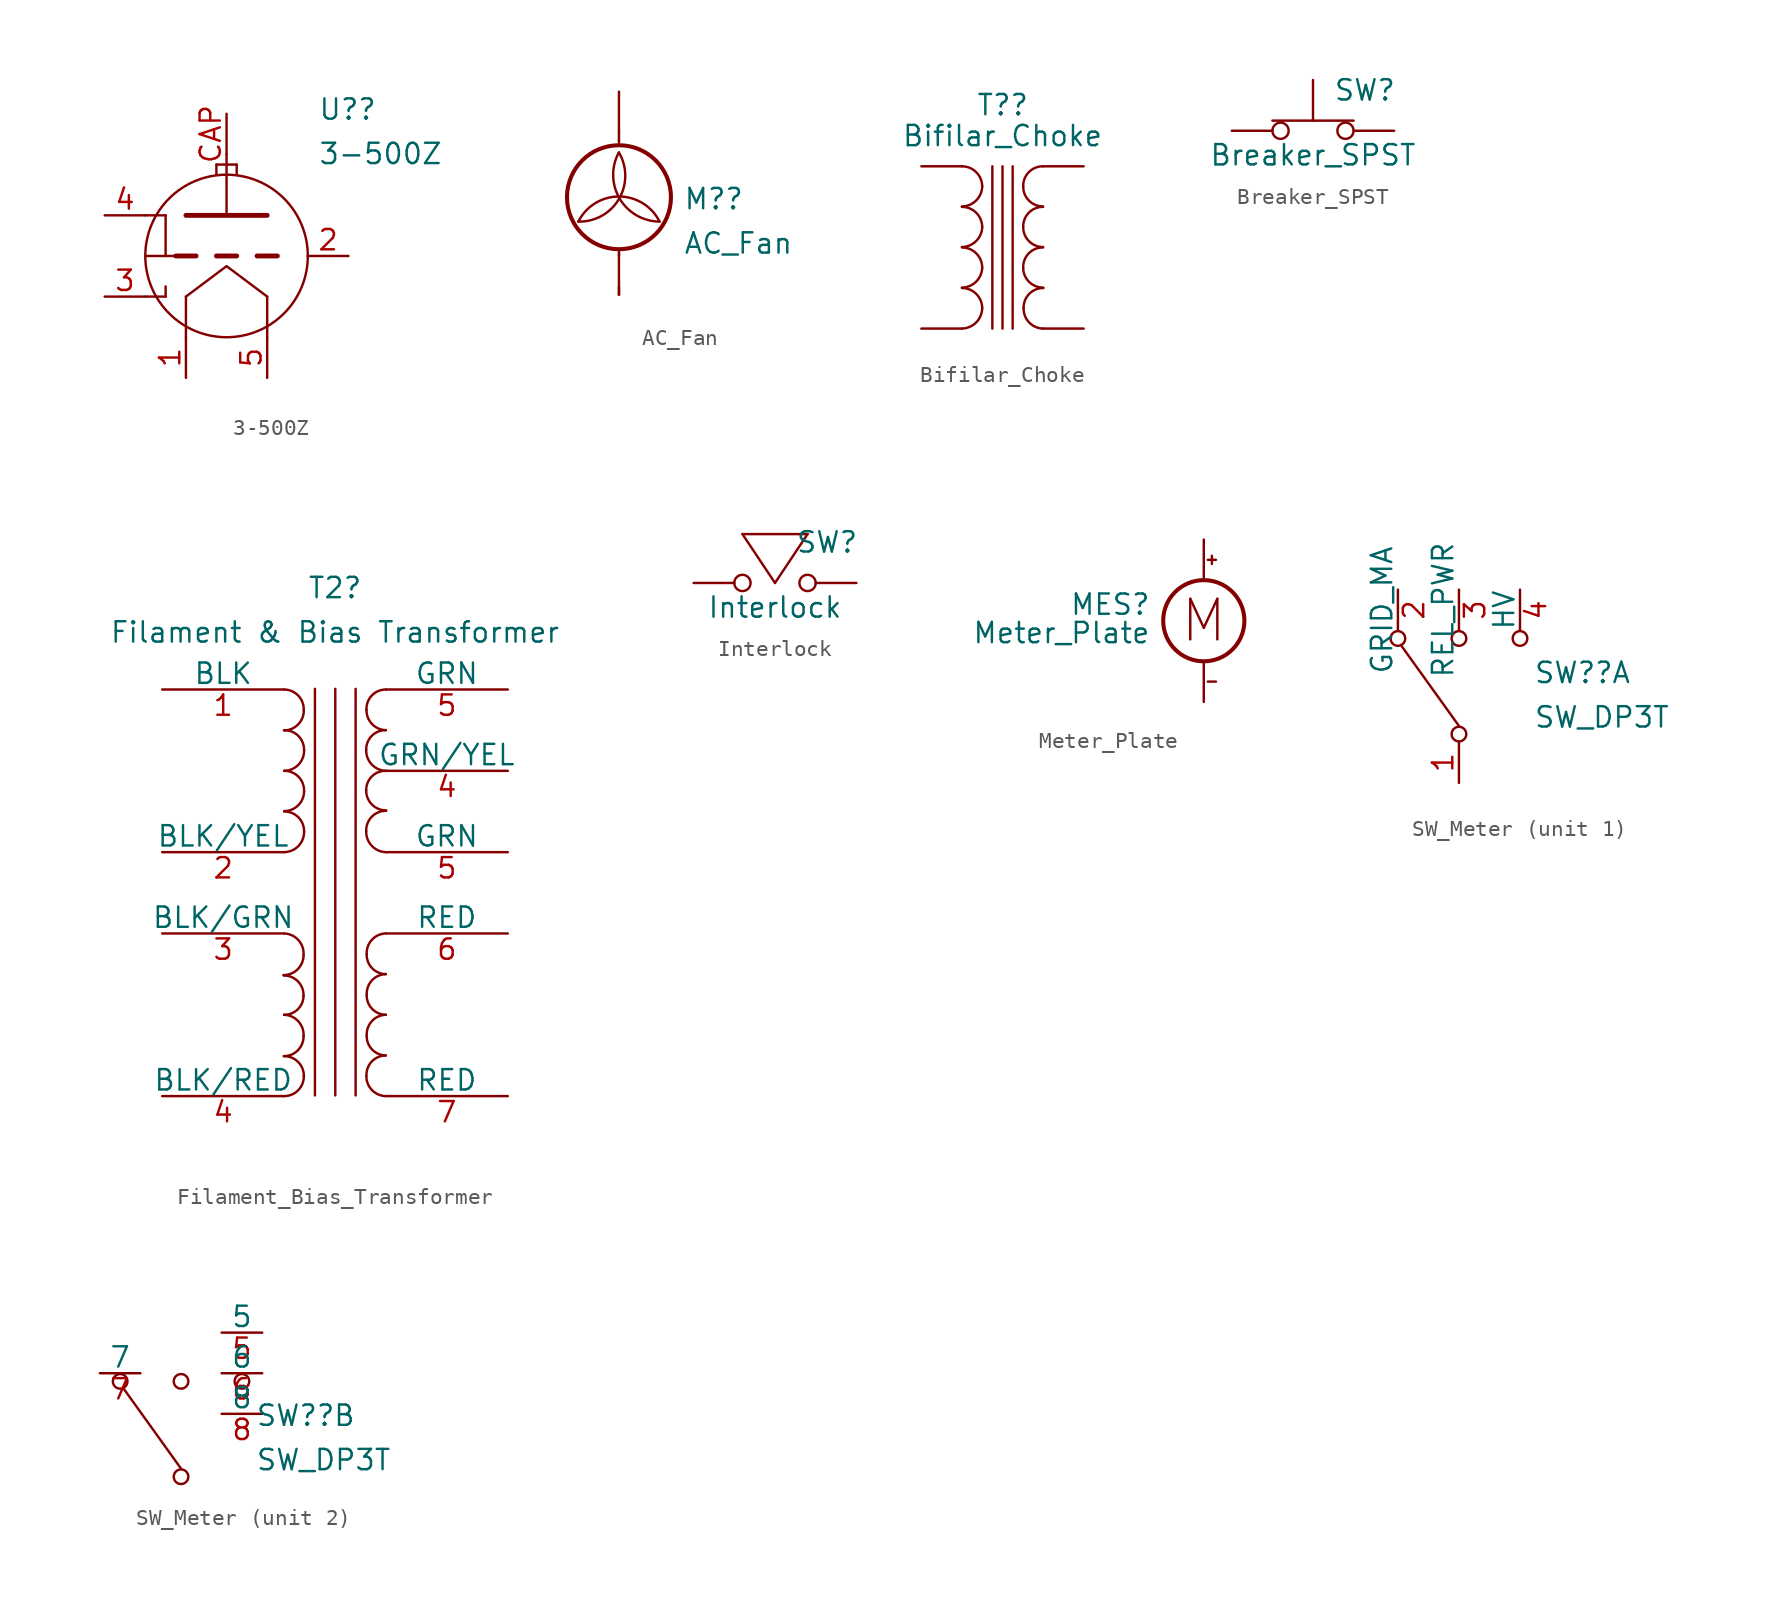
<source format=kicad_sym>
(kicad_symbol_lib
  (version 20211014)
  (generator kicad_symbol_editor)
  (symbol "3-500Z"
    (pin_names
      (offset 0))
    (property "Reference" "U?"
      (at 5.715 9.164 0)
      (effects (font (size 1.27 1.27)) (justify left)))
    (property "Value" "3-500Z"
      (at 5.715 6.388 0)
      (effects (font (size 1.27 1.27)) (justify left)))
    (symbol "3-500Z_0_1"
      (arc (start -5.08 0) (mid 0 -5.08) (end 5.08 0) (stroke (width 0) (type default) (color 0 0 0 0)) (fill (type none)))
      (arc (start 5.08 0) (mid 0 5.08) (end -5.08 0) (stroke (width 0) (type default) (color 0 0 0 0)) (fill (type none))))
    (symbol "3-500Z_1_0"
      (polyline (pts (xy -5.08 -2.54) (xy -3.81 -2.54)) (stroke (width 0) (type default) (color 0 0 0 0)) (fill (type none)))
      (polyline (pts (xy -5.08 2.54) (xy -3.81 2.54)) (stroke (width 0) (type default) (color 0 0 0 0)) (fill (type none)))
      (polyline (pts (xy -3.81 -2.54) (xy -3.81 -1.905)) (stroke (width 0) (type default) (color 0 0 0 0)) (fill (type none)))
      (polyline (pts (xy -3.81 2.54) (xy -3.81 0)) (stroke (width 0) (type default) (color 0 0 0 0)) (fill (type none)))
      (polyline (pts (xy -2.54 -2.54) (xy -2.54 -5.08)) (stroke (width 0) (type default) (color 0 0 0 0)) (fill (type none)))
      (polyline (pts (xy -1.905 0) (xy -3.175 0)) (stroke (width 0.305) (type default) (color 0 0 0 0)) (fill (type none)))
      (polyline (pts (xy -0.635 0) (xy 0.635 0)) (stroke (width 0.305) (type default) (color 0 0 0 0)) (fill (type none)))
      (polyline (pts (xy -0.635 5.715) (xy -0.635 5.08)) (stroke (width 0) (type default) (color 0 0 0 0)) (fill (type none)))
      (polyline (pts (xy 0 2.54) (xy 0 6.35)) (stroke (width 0) (type default) (color 0 0 0 0)) (fill (type none)))
      (polyline (pts (xy 0.635 5.715) (xy -0.635 5.715)) (stroke (width 0) (type default) (color 0 0 0 0)) (fill (type none)))
      (polyline (pts (xy 0.635 5.715) (xy 0.635 5.08)) (stroke (width 0) (type default) (color 0 0 0 0)) (fill (type none)))
      (polyline (pts (xy 1.905 0) (xy 3.175 0)) (stroke (width 0.305) (type default) (color 0 0 0 0)) (fill (type none)))
      (polyline (pts (xy 2.54 -2.54) (xy 2.54 -5.08)) (stroke (width 0) (type default) (color 0 0 0 0)) (fill (type none))))
    (symbol "3-500Z_1_1"
      (polyline (pts (xy -5.08 0) (xy -3.175 0)) (stroke (width 0) (type default) (color 0 0 0 0)) (fill (type none)))
      (polyline (pts (xy -2.54 2.54) (xy 2.54 2.54) (xy 2.54 2.54)) (stroke (width 0.305) (type default) (color 0 0 0 0)) (fill (type none)))
      (polyline (pts (xy 2.54 -2.54) (xy 0 -0.635) (xy -2.54 -2.54)) (stroke (width 0.152) (type default) (color 0 0 0 0)) (fill (type none)))
      (pin bidirectional line (at -2.54 -7.62 90) (length 2.54) (name "" (effects (font (size 1.27 1.27)))) (number "1" (effects (font (size 1.27 1.27)))))
      (pin output line (at 7.62 0 180) (length 2.54) (name "" (effects (font (size 1.27 1.27)))) (number "2" (effects (font (size 1.27 1.27)))))
      (pin input line (at -7.62 -2.54 0) (length 2.54) (name "" (effects (font (size 1.27 1.27)))) (number "3" (effects (font (size 1.27 1.27)))))
      (pin input line (at -7.62 2.54 0) (length 2.54) (name "" (effects (font (size 1.27 1.27)))) (number "4" (effects (font (size 1.27 1.27)))))
      (pin bidirectional line (at 2.54 -7.62 90) (length 2.54) (name "" (effects (font (size 1.27 1.27)))) (number "5" (effects (font (size 1.27 1.27)))))
      (pin output line (at 0 8.89 270) (length 2.54) (name "" (effects (font (size 1.27 1.27)))) (number "CAP" (effects (font (size 1.27 1.27)))))))
  (symbol "AC_Fan"
    (pin_numbers hide)
    (pin_names
      (offset 0) hide)
    (property "Reference" "M?"
      (at 4.013 0.908 0)
      (effects (font (size 1.27 1.27)) (justify left)))
    (property "Value" "AC_Fan"
      (at 4.013 -1.867 0)
      (effects (font (size 1.27 1.27)) (justify left)))
    (symbol "AC_Fan_0_1"
      (arc (start -2.54 -0.508) (mid -0.0014 0.9048) (end 0 3.81) (stroke (width 0) (type default) (color 0 0 0 0)) (fill (type none)))
      (polyline (pts (xy 0 -5.08) (xy 0 -4.572)) (stroke (width 0) (type default) (color 0 0 0 0)) (fill (type none)))
      (polyline (pts (xy 0 -2.235) (xy 0 -2.642)) (stroke (width 0) (type default) (color 0 0 0 0)) (fill (type none)))
      (polyline (pts (xy 0 4.267) (xy 0 4.623)) (stroke (width 0) (type default) (color 0 0 0 0)) (fill (type none)))
      (polyline (pts (xy 0 4.572) (xy 0 5.08)) (stroke (width 0) (type default) (color 0 0 0 0)) (fill (type none)))
      (circle (center 0 1.016) (radius 3.251) (stroke (width 0.254) (type default) (color 0 0 0 0)) (fill (type none)))
      (arc (start 0 3.81) (mid 0.0468 0.9315) (end 2.54 -0.508) (stroke (width 0) (type default) (color 0 0 0 0)) (fill (type none)))
      (arc (start 2.54 -0.508) (mid 0 1.0618) (end -2.54 -0.508) (stroke (width 0) (type default) (color 0 0 0 0)) (fill (type none))))
    (symbol "AC_Fan_1_1"
      (pin passive line (at 0 7.62 270) (length 2.54) (name "+" (effects (font (size 1.27 1.27)))) (number "1" (effects (font (size 1.27 1.27)))))
      (pin passive line (at 0 -5.08 90) (length 2.54) (name "-" (effects (font (size 1.27 1.27)))) (number "2" (effects (font (size 1.27 1.27)))))))
  (symbol "Bifilar_Choke"
    (pin_numbers hide)
    (pin_names
      (offset 1.016) hide)
    (property "Reference" "T?"
      (at 0.013 8.92 0)
      (effects (font (size 1.27 1.27))))
    (property "Value" "Bifilar_Choke"
      (at 0 6.985 0)
      (effects (font (size 1.27 1.27))))
    (symbol "Bifilar_Choke_0_1"
      (arc (start -2.54 -5.08) (mid -1.6511 -4.6989) (end -1.27 -3.81) (stroke (width 0) (type default) (color 0 0 0 0)) (fill (type none)))
      (arc (start -2.54 -2.5146) (mid -1.6561 -2.1463) (end -1.27 -1.27) (stroke (width 0) (type default) (color 0 0 0 0)) (fill (type none)))
      (arc (start -2.54 0.0254) (mid -1.6561 0.3937) (end -1.27 1.27) (stroke (width 0) (type default) (color 0 0 0 0)) (fill (type none)))
      (arc (start -2.54 2.5654) (mid -1.6561 2.9337) (end -1.27 3.81) (stroke (width 0) (type default) (color 0 0 0 0)) (fill (type none)))
      (arc (start -1.27 -3.81) (mid -1.642 -2.912) (end -2.54 -2.54) (stroke (width 0) (type default) (color 0 0 0 0)) (fill (type none)))
      (arc (start -1.27 -1.27) (mid -1.642 -0.372) (end -2.54 0) (stroke (width 0) (type default) (color 0 0 0 0)) (fill (type none)))
      (arc (start -1.27 1.27) (mid -1.642 2.168) (end -2.54 2.54) (stroke (width 0) (type default) (color 0 0 0 0)) (fill (type none)))
      (arc (start -1.27 3.81) (mid -1.642 4.708) (end -2.54 5.08) (stroke (width 0) (type default) (color 0 0 0 0)) (fill (type none)))
      (polyline (pts (xy -0.635 5.08) (xy -0.635 -5.08)) (stroke (width 0) (type default) (color 0 0 0 0)) (fill (type none)))
      (polyline (pts (xy 0 -5.08) (xy 0 5.08)) (stroke (width 0) (type default) (color 0 0 0 0)) (fill (type none)))
      (polyline (pts (xy 0.635 -5.08) (xy 0.635 5.08)) (stroke (width 0) (type default) (color 0 0 0 0)) (fill (type none)))
      (arc (start 1.2954 -1.27) (mid 1.6599 -2.1501) (end 2.54 -2.5146) (stroke (width 0) (type default) (color 0 0 0 0)) (fill (type none)))
      (arc (start 1.2954 1.27) (mid 1.6599 0.3899) (end 2.54 0.0254) (stroke (width 0) (type default) (color 0 0 0 0)) (fill (type none)))
      (arc (start 1.2954 3.81) (mid 1.6599 2.9299) (end 2.54 2.5654) (stroke (width 0) (type default) (color 0 0 0 0)) (fill (type none)))
      (arc (start 1.3208 -3.81) (mid 1.6677 -4.6972) (end 2.54 -5.08) (stroke (width 0) (type default) (color 0 0 0 0)) (fill (type none)))
      (arc (start 2.54 0) (mid 1.6456 -0.3683) (end 1.2954 -1.27) (stroke (width 0) (type default) (color 0 0 0 0)) (fill (type none)))
      (arc (start 2.54 2.54) (mid 1.6456 2.1717) (end 1.2954 1.27) (stroke (width 0) (type default) (color 0 0 0 0)) (fill (type none)))
      (arc (start 2.54 5.08) (mid 1.6456 4.7117) (end 1.2954 3.81) (stroke (width 0) (type default) (color 0 0 0 0)) (fill (type none)))
      (arc (start 2.5654 -2.54) (mid 1.671 -2.9083) (end 1.3208 -3.81) (stroke (width 0) (type default) (color 0 0 0 0)) (fill (type none))))
    (symbol "Bifilar_Choke_1_1"
      (pin bidirectional line (at -5.08 5.08 0) (length 2.54) (name "" (effects (font (size 1.27 1.27)))) (number "1" (effects (font (size 1.27 1.27)))))
      (pin bidirectional line (at -5.08 -5.08 0) (length 2.54) (name "" (effects (font (size 1.27 1.27)))) (number "2" (effects (font (size 1.27 1.27)))))
      (pin bidirectional line (at 5.08 5.08 180) (length 2.54) (name "" (effects (font (size 1.27 1.27)))) (number "3" (effects (font (size 1.27 1.27)))))
      (pin bidirectional line (at 5.08 -5.08 180) (length 2.54) (name "" (effects (font (size 1.27 1.27)))) (number "4" (effects (font (size 1.27 1.27)))))))
  (symbol "Breaker_SPST"
    (pin_numbers hide)
    (pin_names
      (offset 1.016) hide)
    (property "Reference" "SW"
      (at 1.27 2.54 0)
      (effects (font (size 1.27 1.27)) (justify left)))
    (property "Value" "Breaker_SPST"
      (at 0 -1.524 0)
      (effects (font (size 1.27 1.27))))
    (symbol "Breaker_SPST_0_1"
      (circle (center -2.032 0) (radius 0.508) (stroke (width 0) (type default) (color 0 0 0 0)) (fill (type none)))
      (polyline (pts (xy 0 0.635) (xy 0 3.175)) (stroke (width 0) (type default) (color 0 0 0 0)) (fill (type none)))
      (polyline (pts (xy 2.54 0.635) (xy -2.54 0.635)) (stroke (width 0) (type default) (color 0 0 0 0)) (fill (type none)))
      (circle (center 2.032 0) (radius 0.508) (stroke (width 0) (type default) (color 0 0 0 0)) (fill (type none)))
      (pin passive line (at -5.08 0 0) (length 2.54) (name "1" (effects (font (size 1.27 1.27)))) (number "1" (effects (font (size 1.27 1.27)))))
      (pin passive line (at 5.08 0 180) (length 2.54) (name "2" (effects (font (size 1.27 1.27)))) (number "2" (effects (font (size 1.27 1.27)))))))
  (symbol "Filament_Bias_Transformer"
    (pin_names
      (offset 0))
    (property "Reference" "T2"
      (at 0 18.415 0)
      (effects (font (size 1.27 1.27))))
    (property "Value" "Filament & Bias Transformer"
      (at 0 15.64 0)
      (effects (font (size 1.27 1.27))))
    (symbol "Filament_Bias_Transformer_0_1"
      (arc (start -3.21 -5.7742) (mid -2.3299 -5.4097) (end -1.9654 -4.5296) (stroke (width 0) (type default) (color 0 0 0 0)) (fill (type none)))
      (arc (start -3.1925 -10.8373) (mid -2.3247 -10.4776) (end -1.9654 -9.6096) (stroke (width 0) (type default) (color 0 0 0 0)) (fill (type none)))
      (arc (start -3.1925 9.5081) (mid -2.3124 9.8726) (end -1.9479 10.7527) (stroke (width 0) (type default) (color 0 0 0 0)) (fill (type none)))
      (arc (start -3.175 -13.335) (mid -2.3072 -12.9753) (end -1.9479 -12.1073) (stroke (width 0) (type default) (color 0 0 0 0)) (fill (type none)))
      (arc (start -3.175 -8.255) (mid -2.3249 -7.9126) (end -1.9654 -7.0696) (stroke (width 0) (type default) (color 0 0 0 0)) (fill (type none)))
      (arc (start -3.175 1.905) (mid -2.2899 2.2824) (end -1.9304 3.175) (stroke (width 0) (type default) (color 0 0 0 0)) (fill (type none)))
      (arc (start -3.175 4.4704) (mid -2.2949 4.8349) (end -1.9304 5.715) (stroke (width 0) (type default) (color 0 0 0 0)) (fill (type none)))
      (arc (start -3.175 6.985) (mid -2.2899 7.3625) (end -1.9304 8.255) (stroke (width 0) (type default) (color 0 0 0 0)) (fill (type none)))
      (arc (start -1.9654 -9.6096) (mid -2.2802 -8.6734) (end -3.175 -8.255) (stroke (width 0) (type default) (color 0 0 0 0)) (fill (type none)))
      (arc (start -1.9654 -7.0696) (mid -2.3156 -6.1679) (end -3.21 -5.7996) (stroke (width 0) (type default) (color 0 0 0 0)) (fill (type none)))
      (arc (start -1.9654 -4.5296) (mid -2.2806 -3.5937) (end -3.175 -3.175) (stroke (width 0) (type default) (color 0 0 0 0)) (fill (type none)))
      (arc (start -1.9479 -12.1073) (mid -2.2993 -11.2068) (end -3.1925 -10.8373) (stroke (width 0) (type default) (color 0 0 0 0)) (fill (type none)))
      (arc (start -1.9479 10.7527) (mid -2.2806 11.6715) (end -3.175 12.065) (stroke (width 0) (type default) (color 0 0 0 0)) (fill (type none)))
      (arc (start -1.9304 3.175) (mid -2.2806 4.0767) (end -3.175 4.445) (stroke (width 0) (type default) (color 0 0 0 0)) (fill (type none)))
      (arc (start -1.9304 5.715) (mid -2.2811 6.6162) (end -3.175 6.985) (stroke (width 0) (type default) (color 0 0 0 0)) (fill (type none)))
      (arc (start -1.9304 8.255) (mid -2.2818 9.1555) (end -3.175 9.525) (stroke (width 0) (type default) (color 0 0 0 0)) (fill (type none)))
      (polyline (pts (xy -1.252 -13.293) (xy -1.252 12.107)) (stroke (width 0) (type default) (color 0 0 0 0)) (fill (type none)))
      (polyline (pts (xy 0.018 12.107) (xy 0.018 -13.293)) (stroke (width 0) (type default) (color 0 0 0 0)) (fill (type none)))
      (polyline (pts (xy 1.288 12.107) (xy 1.288 -13.293)) (stroke (width 0) (type default) (color 0 0 0 0)) (fill (type none)))
      (arc (start 1.9479 3.2173) (mid 2.2903 2.3076) (end 3.175 1.905) (stroke (width 0) (type default) (color 0 0 0 0)) (fill (type none)))
      (arc (start 1.9479 5.7573) (mid 2.3124 4.8772) (end 3.1925 4.5127) (stroke (width 0) (type default) (color 0 0 0 0)) (fill (type none)))
      (arc (start 1.9479 8.2973) (mid 2.2903 7.3876) (end 3.175 6.985) (stroke (width 0) (type default) (color 0 0 0 0)) (fill (type none)))
      (arc (start 1.9654 -12.065) (mid 2.3075 -12.9502) (end 3.175 -13.335) (stroke (width 0) (type default) (color 0 0 0 0)) (fill (type none)))
      (arc (start 1.9654 10.795) (mid 2.3074 9.9097) (end 3.175 9.525) (stroke (width 0) (type default) (color 0 0 0 0)) (fill (type none)))
      (arc (start 1.9829 -9.5673) (mid 2.3247 -10.428) (end 3.175 -10.795) (stroke (width 0) (type default) (color 0 0 0 0)) (fill (type none)))
      (arc (start 1.9829 -7.0273) (mid 2.3249 -7.8878) (end 3.175 -8.255) (stroke (width 0) (type default) (color 0 0 0 0)) (fill (type none)))
      (arc (start 1.9829 -4.4873) (mid 2.3247 -5.348) (end 3.175 -5.715) (stroke (width 0) (type default) (color 0 0 0 0)) (fill (type none)))
      (arc (start 3.175 -10.795) (mid 2.2996 -11.1723) (end 1.9654 -12.065) (stroke (width 0) (type default) (color 0 0 0 0)) (fill (type none)))
      (arc (start 3.175 -8.255) (mid 2.2981 -8.656) (end 1.9829 -9.5673) (stroke (width 0) (type default) (color 0 0 0 0)) (fill (type none)))
      (arc (start 3.175 -5.715) (mid 2.2978 -6.1157) (end 1.9829 -7.0273) (stroke (width 0) (type default) (color 0 0 0 0)) (fill (type none)))
      (arc (start 3.175 -3.175) (mid 2.2985 -3.5764) (end 1.9829 -4.4873) (stroke (width 0) (type default) (color 0 0 0 0)) (fill (type none)))
      (arc (start 3.175 6.985) (mid 2.2993 6.6331) (end 1.9479 5.7573) (stroke (width 0) (type default) (color 0 0 0 0)) (fill (type none)))
      (arc (start 3.175 9.525) (mid 2.2999 9.1726) (end 1.9479 8.2973) (stroke (width 0) (type default) (color 0 0 0 0)) (fill (type none)))
      (arc (start 3.175 12.065) (mid 2.2988 11.6885) (end 1.9654 10.795) (stroke (width 0) (type default) (color 0 0 0 0)) (fill (type none)))
      (arc (start 3.1925 4.4873) (mid 2.2981 4.119) (end 1.9479 3.2173) (stroke (width 0) (type default) (color 0 0 0 0)) (fill (type none))))
    (symbol "Filament_Bias_Transformer_1_1"
      (pin passive line (at -10.795 12.065 0) (length 7.62) (name "BLK" (effects (font (size 1.27 1.27)))) (number "1" (effects (font (size 1.27 1.27)))))
      (pin passive line (at -10.795 1.905 0) (length 7.62) (name "BLK/YEL" (effects (font (size 1.27 1.27)))) (number "2" (effects (font (size 1.27 1.27)))))
      (pin passive line (at -10.795 -3.175 0) (length 7.62) (name "BLK/GRN" (effects (font (size 1.27 1.27)))) (number "3" (effects (font (size 1.27 1.27)))))
      (pin passive line (at -10.795 -13.335 0) (length 7.62) (name "BLK/RED" (effects (font (size 1.27 1.27)))) (number "4" (effects (font (size 1.27 1.27)))))
      (pin passive line (at 10.795 6.985 180) (length 7.62) (name "GRN/YEL" (effects (font (size 1.27 1.27)))) (number "4" (effects (font (size 1.27 1.27)))))
      (pin passive line (at 10.795 1.905 180) (length 7.62) (name "GRN" (effects (font (size 1.27 1.27)))) (number "5" (effects (font (size 1.27 1.27)))))
      (pin passive line (at 10.795 12.065 180) (length 7.62) (name "GRN" (effects (font (size 1.27 1.27)))) (number "5" (effects (font (size 1.27 1.27)))))
      (pin passive line (at 10.795 -3.175 180) (length 7.62) (name "RED" (effects (font (size 1.27 1.27)))) (number "6" (effects (font (size 1.27 1.27)))))
      (pin passive line (at 10.795 -13.335 180) (length 7.62) (name "RED" (effects (font (size 1.27 1.27)))) (number "7" (effects (font (size 1.27 1.27)))))))
  (symbol "Interlock"
    (pin_numbers hide)
    (pin_names
      (offset 1.016) hide)
    (property "Reference" "SW"
      (at 1.27 2.54 0)
      (effects (font (size 1.27 1.27)) (justify left)))
    (property "Value" "Interlock"
      (at 0 -1.524 0)
      (effects (font (size 1.27 1.27))))
    (symbol "Interlock_0_1"
      (circle (center -2.032 0) (radius 0.508) (stroke (width 0) (type default) (color 0 0 0 0)) (fill (type none)))
      (polyline (pts (xy 0 0) (xy -2.032 3.048)) (stroke (width 0) (type default) (color 0 0 0 0)) (fill (type none)))
      (polyline (pts (xy 0 0) (xy 2.032 3.048)) (stroke (width 0) (type default) (color 0 0 0 0)) (fill (type none)))
      (polyline (pts (xy 2.032 3.048) (xy -2.032 3.048)) (stroke (width 0) (type default) (color 0 0 0 0)) (fill (type none)))
      (circle (center 2.032 0) (radius 0.508) (stroke (width 0) (type default) (color 0 0 0 0)) (fill (type none)))
      (pin passive line (at -5.08 0 0) (length 2.54) (name "1" (effects (font (size 1.27 1.27)))) (number "1" (effects (font (size 1.27 1.27)))))
      (pin passive line (at 5.08 0 180) (length 2.54) (name "2" (effects (font (size 1.27 1.27)))) (number "2" (effects (font (size 1.27 1.27)))))))
  (symbol "Meter_Plate"
    (pin_numbers hide)
    (pin_names
      (offset 0.025) hide)
    (property "Reference" "MES"
      (at -3.302 1.016 0)
      (effects (font (size 1.27 1.27)) (justify right)))
    (property "Value" "Meter_Plate"
      (at -3.302 -0.762 0)
      (effects (font (size 1.27 1.27)) (justify right)))
    (symbol "Meter_Plate_0_0"
      (text "M" (at 0 0 0) (effects (font (size 2.54 2.54)))))
    (symbol "Meter_Plate_0_1"
      (polyline (pts (xy 0.254 -3.81) (xy 0.762 -3.81)) (stroke (width 0) (type default) (color 0 0 0 0)) (fill (type none)))
      (polyline (pts (xy 0.254 3.81) (xy 0.762 3.81)) (stroke (width 0) (type default) (color 0 0 0 0)) (fill (type none)))
      (polyline (pts (xy 0.508 4.064) (xy 0.508 3.556)) (stroke (width 0) (type default) (color 0 0 0 0)) (fill (type none)))
      (circle (center 0 0) (radius 2.54) (stroke (width 0.254) (type default) (color 0 0 0 0)) (fill (type none))))
    (symbol "Meter_Plate_1_1"
      (pin passive line (at 0 -5.08 90) (length 2.54) (name "+" (effects (font (size 1.27 1.27)))) (number "2" (effects (font (size 1.27 1.27)))))
      (pin passive line (at 0 5.08 270) (length 2.54) (name "+" (effects (font (size 1.27 1.27)))) (number "2" (effects (font (size 1.27 1.27)))))))
  (symbol "SW_Meter"
    (pin_names
      (offset 0))
    (property "Reference" "SW?"
      (at 4.648 -2.647 0)
      (effects (font (size 1.27 1.27)) (justify left)))
    (property "Value" "SW_DP3T"
      (at 4.648 -5.423 0)
      (effects (font (size 1.27 1.27)) (justify left)))
    (symbol "SW_Meter_0_1"
      (circle (center -3.81 -0.508) (radius 0.457) (stroke (width 0) (type default) (color 0 0 0 0)) (fill (type none)))
      (circle (center 0 -6.477) (radius 0.457) (stroke (width 0) (type default) (color 0 0 0 0)) (fill (type none)))
      (circle (center 0 -0.508) (radius 0.457) (stroke (width 0) (type default) (color 0 0 0 0)) (fill (type none)))
      (polyline (pts (xy 0 -5.969) (xy -3.556 -1.016)) (stroke (width 0) (type default) (color 0 0 0 0)) (fill (type none)))
      (circle (center 3.81 -0.508) (radius 0.457) (stroke (width 0) (type default) (color 0 0 0 0)) (fill (type none))))
    (symbol "SW_Meter_1_1"
      (pin passive line (at 0 -9.525 90) (length 2.54) (name "" (effects (font (size 1.27 1.27)))) (number "1" (effects (font (size 1.27 1.27)))))
      (pin passive line (at -3.81 2.54 270) (length 2.54) (name "GRID_MA" (effects (font (size 1.27 1.27)))) (number "2" (effects (font (size 1.27 1.27)))))
      (pin passive line (at 0 2.54 270) (length 2.54) (name "REL_PWR" (effects (font (size 1.27 1.27)))) (number "3" (effects (font (size 1.27 1.27)))))
      (pin passive line (at 3.81 2.54 270) (length 2.54) (name "HV" (effects (font (size 1.27 1.27)))) (number "4" (effects (font (size 1.27 1.27))))))
    (symbol "SW_Meter_2_1"
      (pin passive line (at 5.08 2.54 180) (length 2.54) (name "5" (effects (font (size 1.27 1.27)))) (number "5" (effects (font (size 1.27 1.27)))))
      (pin passive line (at 5.08 0 180) (length 2.54) (name "6" (effects (font (size 1.27 1.27)))) (number "6" (effects (font (size 1.27 1.27)))))
      (pin passive line (at -5.08 0 0) (length 2.54) (name "7" (effects (font (size 1.27 1.27)))) (number "7" (effects (font (size 1.27 1.27)))))
      (pin passive line (at 5.08 -2.54 180) (length 2.54) (name "8" (effects (font (size 1.27 1.27)))) (number "8" (effects (font (size 1.27 1.27))))))))
</source>
